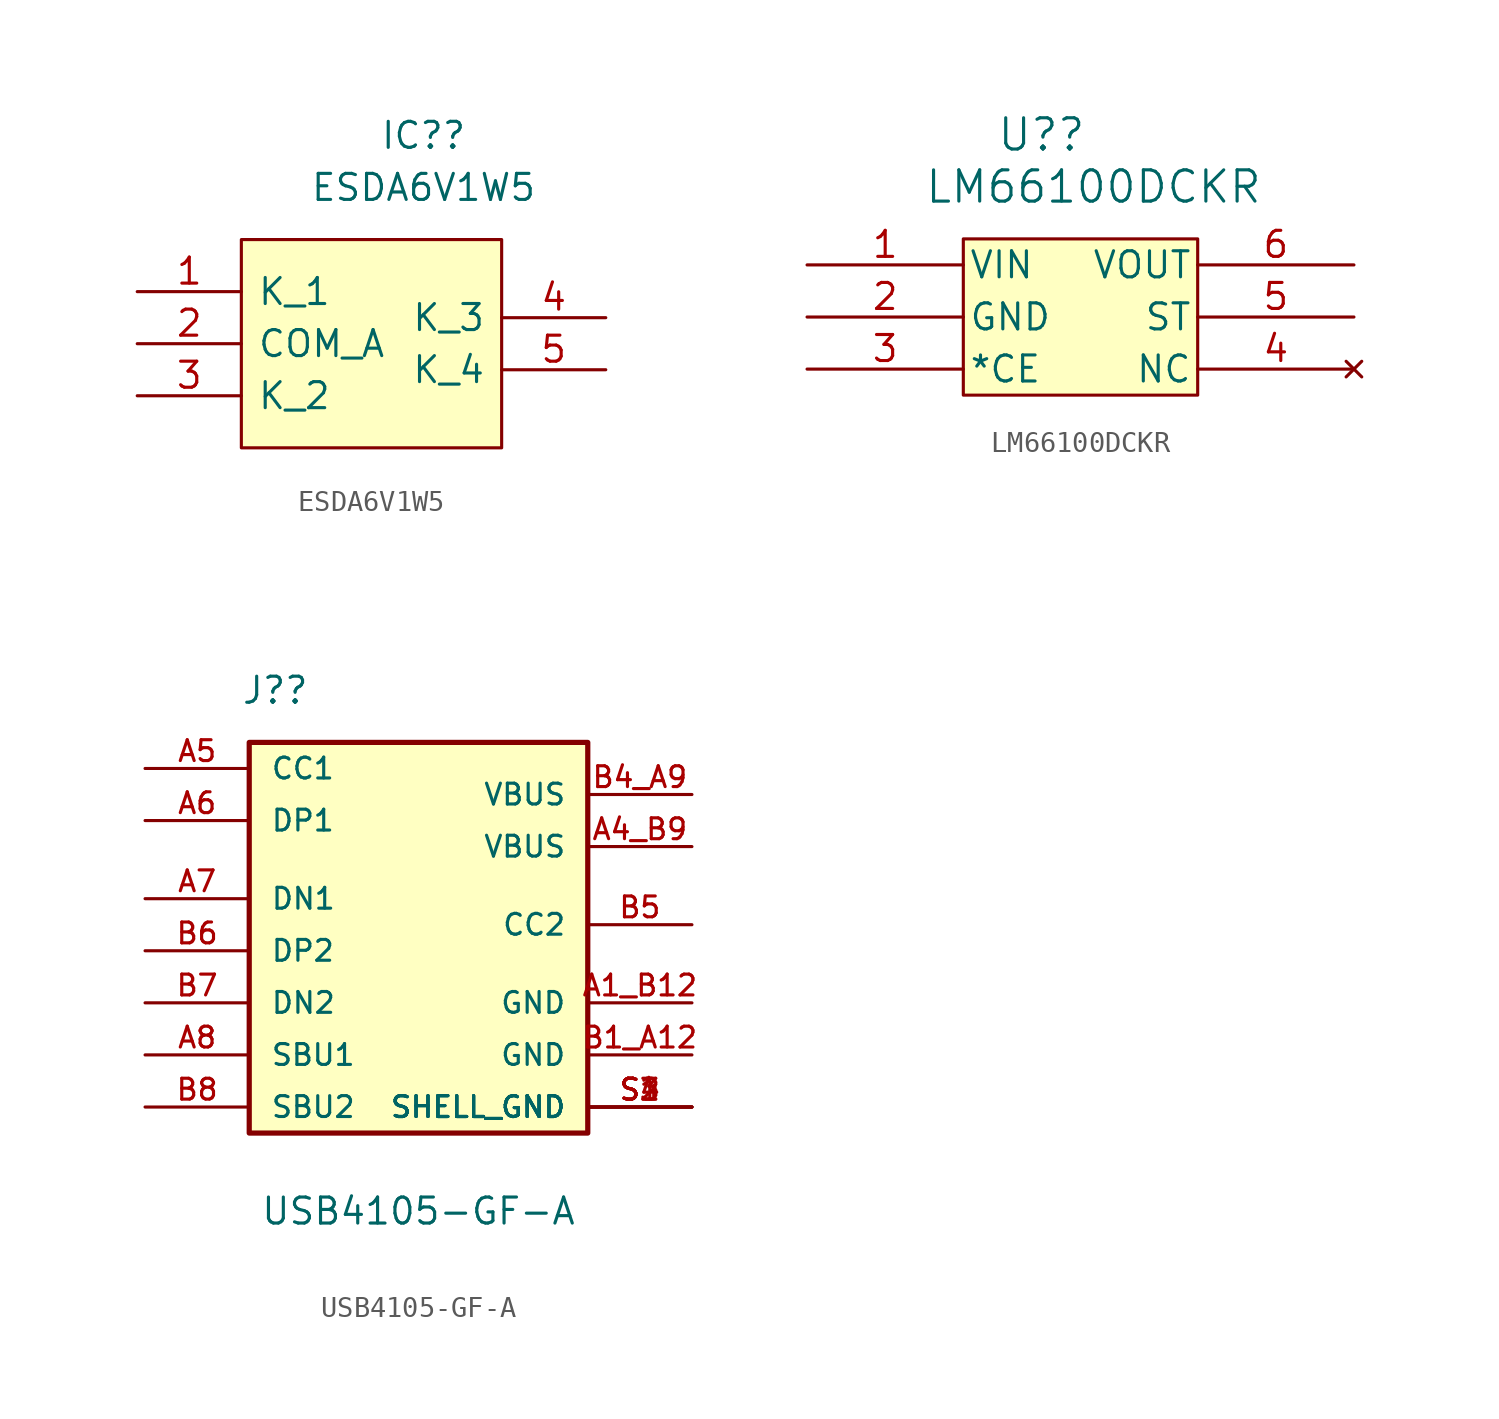
<source format=kicad_sym>
(kicad_symbol_lib
  (version 20220914)
  (generator kicad_symbol_editor)
  (symbol "ESDA6V1W5"
    (pin_names
      (offset 0.762))
    (property "Reference" "IC?"
      (at 13.97 7.62 0)
      (effects (font (size 1.27 1.27))))
    (property "Value" "ESDA6V1W5"
      (at 13.97 5.08 0)
      (effects (font (size 1.27 1.27))))
    (symbol "ESDA6V1W5_0_0"
      (pin passive line (at 0 0 0) (length 5.08) (name "K_1" (effects (font (size 1.27 1.27)))) (number "1" (effects (font (size 1.27 1.27)))))
      (pin passive line (at 0 -2.54 0) (length 5.08) (name "COM_A" (effects (font (size 1.27 1.27)))) (number "2" (effects (font (size 1.27 1.27)))))
      (pin passive line (at 0 -5.08 0) (length 5.08) (name "K_2" (effects (font (size 1.27 1.27)))) (number "3" (effects (font (size 1.27 1.27)))))
      (pin passive line (at 22.86 -1.27 180) (length 5.08) (name "K_3" (effects (font (size 1.27 1.27)))) (number "4" (effects (font (size 1.27 1.27)))))
      (pin passive line (at 22.86 -3.81 180) (length 5.08) (name "K_4" (effects (font (size 1.27 1.27)))) (number "5" (effects (font (size 1.27 1.27))))))
    (symbol "ESDA6V1W5_0_1"
      (polyline (pts (xy 5.08 2.54) (xy 17.78 2.54) (xy 17.78 -7.62) (xy 5.08 -7.62) (xy 5.08 2.54)) (stroke (width 0.152) (type default)) (fill (type background)))))
  (symbol "LM66100DCKR"
    (pin_names
      (offset 0.254))
    (property "Reference" "U?"
      (at -2.54 8.89 0)
      (effects (font (size 1.524 1.524))))
    (property "Value" "LM66100DCKR"
      (at 0 6.35 0)
      (effects (font (size 1.524 1.524))))
    (property "ki_locked" ""
      (at 0 0 0)
      (effects (font (size 1.27 1.27))))
    (symbol "LM66100DCKR_0_1"
      (rectangle (start -6.35 3.81) (end 5.08 -3.81) (stroke (width 0) (type default)) (fill (type background)))
      (pin input line (at -13.97 2.54 0) (length 7.62) (name "VIN" (effects (font (size 1.27 1.27)))) (number "1" (effects (font (size 1.27 1.27)))))
      (pin power_in line (at -13.97 0 0) (length 7.62) (name "GND" (effects (font (size 1.27 1.27)))) (number "2" (effects (font (size 1.27 1.27)))))
      (pin input line (at -13.97 -2.54 0) (length 7.62) (name "*CE" (effects (font (size 1.27 1.27)))) (number "3" (effects (font (size 1.27 1.27)))))
      (pin no_connect line (at 12.7 -2.54 180) (length 7.62) (name "NC" (effects (font (size 1.27 1.27)))) (number "4" (effects (font (size 1.27 1.27)))))
      (pin output line (at 12.7 0 180) (length 7.62) (name "ST" (effects (font (size 1.27 1.27)))) (number "5" (effects (font (size 1.27 1.27)))))
      (pin output line (at 12.7 2.54 180) (length 7.62) (name "VOUT" (effects (font (size 1.27 1.27)))) (number "6" (effects (font (size 1.27 1.27)))))))
  (symbol "USB4105-GF-A"
    (pin_names
      (offset 1.016))
    (property "Reference" "J?"
      (at -6.35 12.7 0)
      (effects (font (size 1.27 1.27))))
    (property "Value" "USB4105-GF-A"
      (at 0.635 -12.7 0)
      (effects (font (size 1.27 1.27))))
    (property "ki_locked" ""
      (at 0 0 0)
      (effects (font (size 1.27 1.27))))
    (symbol "USB4105-GF-A_0_0"
      (rectangle (start -7.62 10.16) (end 8.89 -8.89) (stroke (width 0.254) (type default)) (fill (type background)))
      (pin power_in line (at 13.97 -2.54 180) (length 5.08) (name "GND" (effects (font (size 1.016 1.016)))) (number "A1_B12" (effects (font (size 1.016 1.016)))))
      (pin power_in line (at 13.97 5.08 180) (length 5.08) (name "VBUS" (effects (font (size 1.016 1.016)))) (number "A4_B9" (effects (font (size 1.016 1.016)))))
      (pin bidirectional line (at -12.7 8.89 0) (length 5.08) (name "CC1" (effects (font (size 1.016 1.016)))) (number "A5" (effects (font (size 1.016 1.016)))))
      (pin bidirectional line (at -12.7 6.35 0) (length 5.08) (name "DP1" (effects (font (size 1.016 1.016)))) (number "A6" (effects (font (size 1.016 1.016)))))
      (pin bidirectional line (at -12.7 2.54 0) (length 5.08) (name "DN1" (effects (font (size 1.016 1.016)))) (number "A7" (effects (font (size 1.016 1.016)))))
      (pin bidirectional line (at -12.7 -5.08 0) (length 5.08) (name "SBU1" (effects (font (size 1.016 1.016)))) (number "A8" (effects (font (size 1.016 1.016)))))
      (pin power_in line (at 13.97 -5.08 180) (length 5.08) (name "GND" (effects (font (size 1.016 1.016)))) (number "B1_A12" (effects (font (size 1.016 1.016)))))
      (pin power_in line (at 13.97 7.62 180) (length 5.08) (name "VBUS" (effects (font (size 1.016 1.016)))) (number "B4_A9" (effects (font (size 1.016 1.016)))))
      (pin bidirectional line (at 13.97 1.27 180) (length 5.08) (name "CC2" (effects (font (size 1.016 1.016)))) (number "B5" (effects (font (size 1.016 1.016)))))
      (pin bidirectional line (at -12.7 0 0) (length 5.08) (name "DP2" (effects (font (size 1.016 1.016)))) (number "B6" (effects (font (size 1.016 1.016)))))
      (pin bidirectional line (at -12.7 -2.54 0) (length 5.08) (name "DN2" (effects (font (size 1.016 1.016)))) (number "B7" (effects (font (size 1.016 1.016)))))
      (pin bidirectional line (at -12.7 -7.62 0) (length 5.08) (name "SBU2" (effects (font (size 1.016 1.016)))) (number "B8" (effects (font (size 1.016 1.016)))))
      (pin power_in line (at 13.97 -7.62 180) (length 5.08) (name "SHELL_GND" (effects (font (size 1.016 1.016)))) (number "S1" (effects (font (size 1.016 1.016)))))
      (pin power_in line (at 13.97 -7.62 180) (length 5.08) (name "SHELL_GND" (effects (font (size 1.016 1.016)))) (number "S2" (effects (font (size 1.016 1.016)))))
      (pin power_in line (at 13.97 -7.62 180) (length 5.08) (name "SHELL_GND" (effects (font (size 1.016 1.016)))) (number "S3" (effects (font (size 1.016 1.016)))))
      (pin power_in line (at 13.97 -7.62 180) (length 5.08) (name "SHELL_GND" (effects (font (size 1.016 1.016)))) (number "S4" (effects (font (size 1.016 1.016))))))))
</source>
